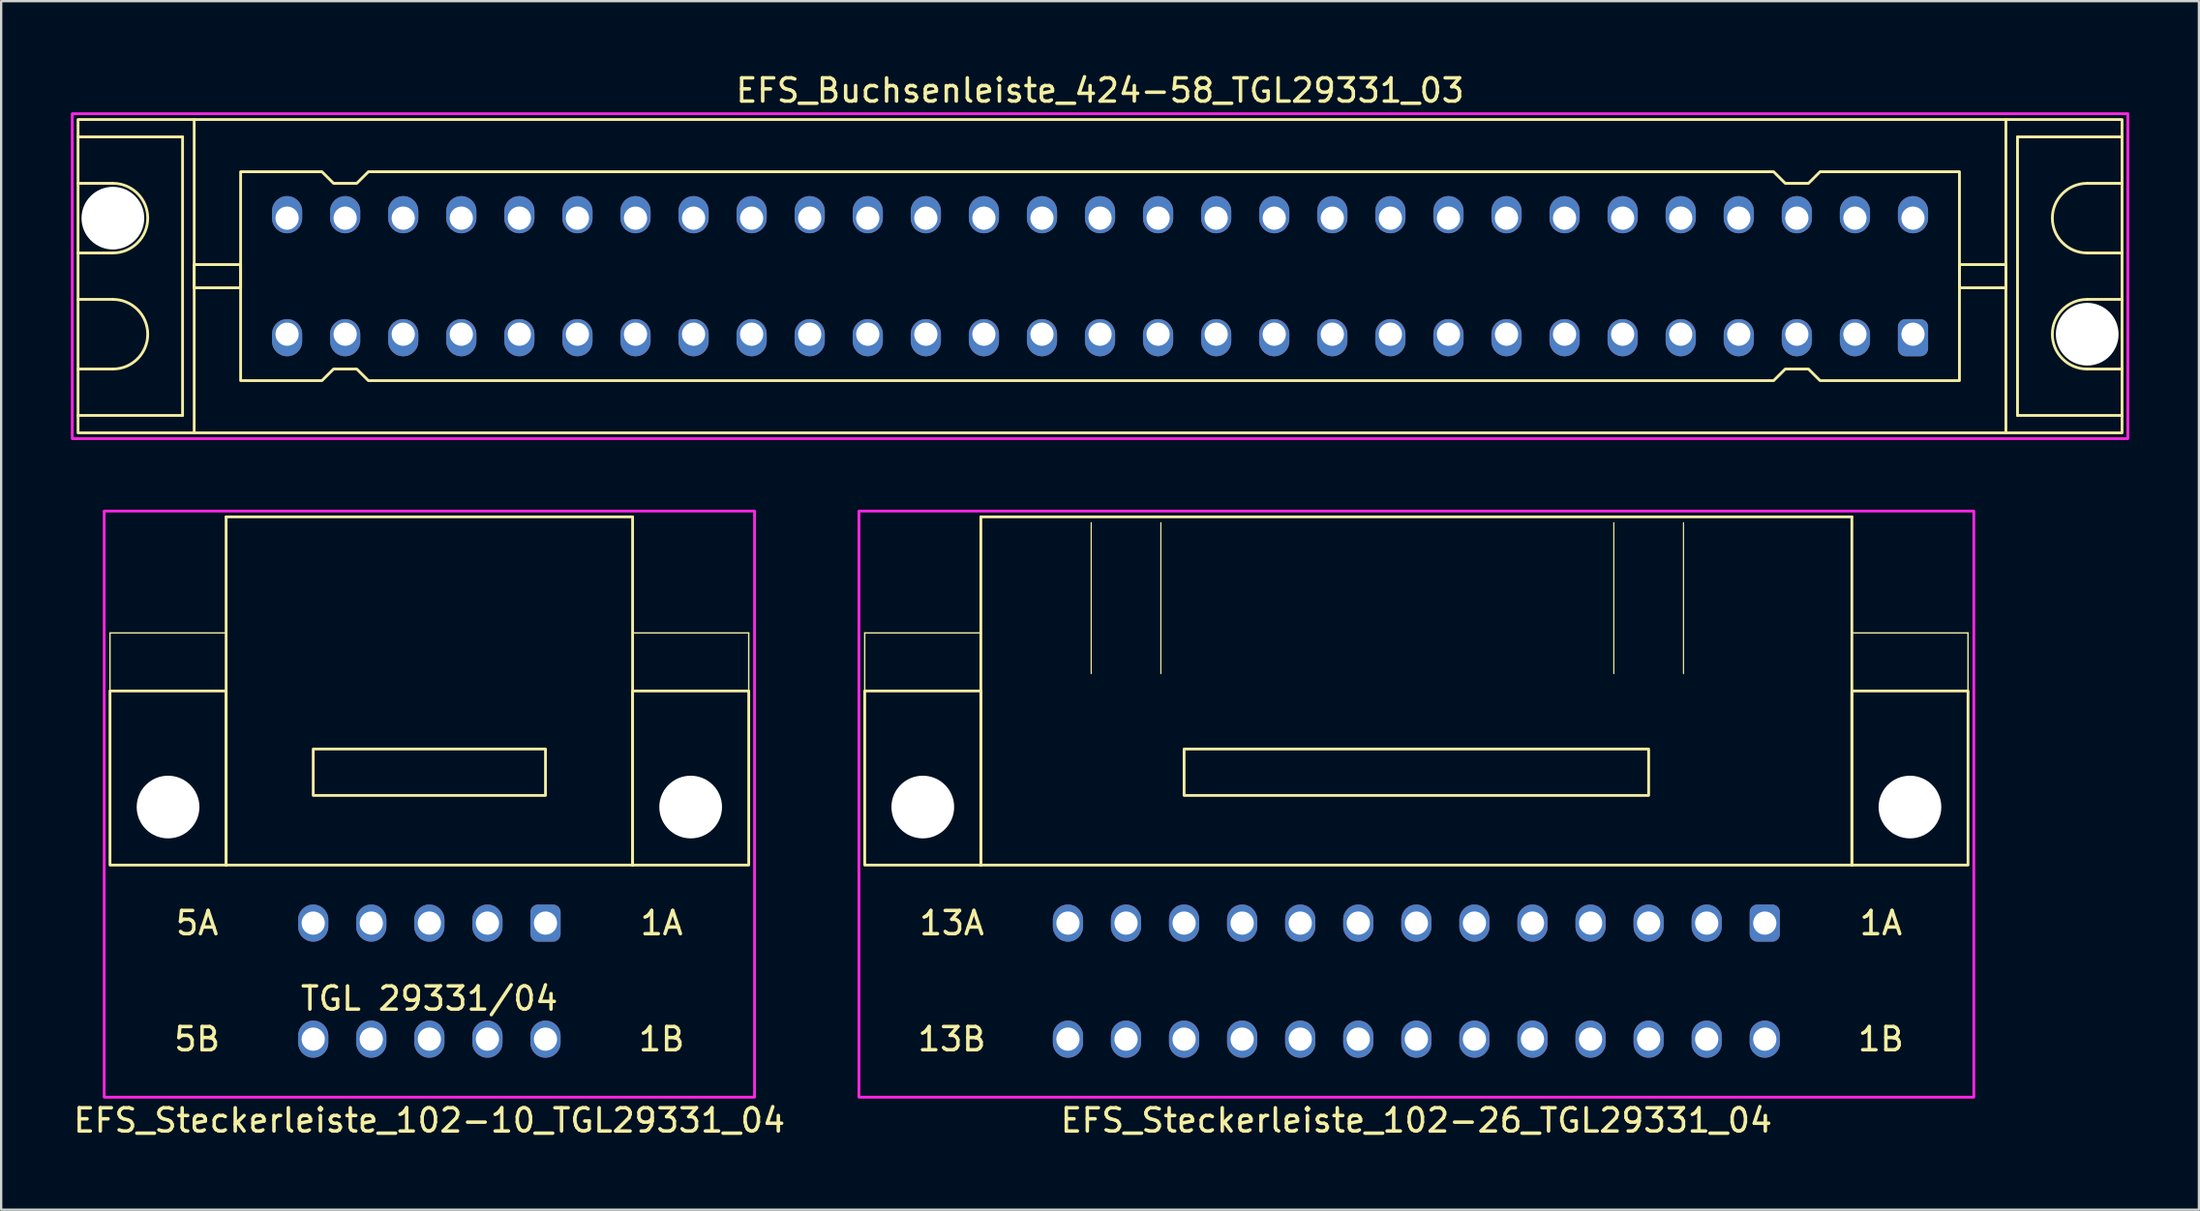
<source format=kicad_pcb>
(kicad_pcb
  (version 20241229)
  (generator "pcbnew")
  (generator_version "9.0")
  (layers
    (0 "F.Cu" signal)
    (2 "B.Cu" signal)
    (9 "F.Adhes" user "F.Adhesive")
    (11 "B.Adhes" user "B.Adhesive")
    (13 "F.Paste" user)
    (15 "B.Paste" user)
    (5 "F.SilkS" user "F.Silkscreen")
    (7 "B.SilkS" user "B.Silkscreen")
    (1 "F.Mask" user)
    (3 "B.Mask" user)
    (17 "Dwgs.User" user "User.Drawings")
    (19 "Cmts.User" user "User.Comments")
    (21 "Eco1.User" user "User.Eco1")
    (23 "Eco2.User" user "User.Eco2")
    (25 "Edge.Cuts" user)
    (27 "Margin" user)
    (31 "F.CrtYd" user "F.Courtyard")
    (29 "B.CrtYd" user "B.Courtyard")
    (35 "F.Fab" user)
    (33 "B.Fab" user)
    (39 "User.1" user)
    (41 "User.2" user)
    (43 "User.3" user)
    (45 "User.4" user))
  (footprint "EFS_Steckerleiste_102-26_TGL29331_04"
    (layer "F.Cu")
    (at 57.929 24.218)
    (property "Reference" "EFS_Steckerleiste_102-26_TGL29331_04" (at 0 21 180) (layer "F.SilkS") (effects (font (size 1 1) (thickness 0.15))))
    (attr through_hole)
    (fp_line (start -23.75 0) (end -23.75 2.5) (stroke (width 0.06) (type solid)) (layer "F.SilkS"))
    (fp_line (start -18.75 -5) (end -18.75 10) (stroke (width 0.12) (type solid)) (layer "F.SilkS"))
    (fp_line (start -18.75 -5) (end 18.75 -5) (stroke (width 0.12) (type solid)) (layer "F.SilkS"))
    (fp_line (start -18.75 0) (end -23.75 0) (stroke (width 0.06) (type solid)) (layer "F.SilkS"))
    (fp_line (start -18.75 10) (end 18.75 10) (stroke (width 0.12) (type solid)) (layer "F.SilkS"))
    (fp_line (start -14 -4.75) (end -14 1.75) (stroke (width 0.05) (type solid)) (layer "F.SilkS"))
    (fp_line (start -11 -4.75) (end -11 1.75) (stroke (width 0.05) (type solid)) (layer "F.SilkS"))
    (fp_line (start 8.5 -4.75) (end 8.5 1.75) (stroke (width 0.05) (type solid)) (layer "F.SilkS"))
    (fp_line (start 11.5 -4.75) (end 11.5 1.75) (stroke (width 0.05) (type solid)) (layer "F.SilkS"))
    (fp_line (start 18.75 10) (end 18.75 -5) (stroke (width 0.12) (type solid)) (layer "F.SilkS"))
    (fp_line (start 23.75 0) (end 18.75 0) (stroke (width 0.06) (type solid)) (layer "F.SilkS"))
    (fp_line (start 23.75 0) (end 23.75 2.5) (stroke (width 0.06) (type solid)) (layer "F.SilkS"))
    (fp_rect (start -18.75 10) (end -23.75 2.5) (stroke (width 0.12) (type solid)) (fill no) (layer "F.SilkS"))
    (fp_rect (start -10 7) (end 10 5) (stroke (width 0.12) (type solid)) (fill no) (layer "F.SilkS"))
    (fp_rect (start 23.75 10) (end 18.75 2.5) (stroke (width 0.12) (type solid)) (fill no) (layer "F.SilkS"))
    (fp_rect (start -24 -5.25) (end 24 20) (stroke (width 0.12) (type solid)) (fill no) (layer "F.CrtYd"))
    (fp_text user "13A" (at -20 12.5 0) (layer "F.SilkS") (effects (font (size 1 1) (thickness 0.15))))
    (fp_text user "1B" (at 20 17.5 0) (layer "F.SilkS") (effects (font (size 1 1) (thickness 0.15))))
    (fp_text user "13B" (at -20 17.5 0) (layer "F.SilkS") (effects (font (size 1 1) (thickness 0.15))))
    (fp_text user "1A" (at 20 12.5 0) (layer "F.SilkS") (effects (font (size 1 1) (thickness 0.15))))
    (pad "" np_thru_hole circle (at -21.25 7.5) (size 2.7 2.7) (drill 2.7) (layers "*.Cu" "*.Mask"))
    (pad "" np_thru_hole circle (at 21.25 7.5) (size 2.7 2.7) (drill 2.7) (layers "*.Cu" "*.Mask"))
    (pad "1a" thru_hole roundrect (at 15 12.5) (size 1.3 1.6) (drill 1) (layers "*.Cu" "*.Mask") (roundrect_rratio 0.25))
    (pad "1b" thru_hole oval (at 15 17.5) (size 1.3 1.6) (drill 1) (layers "*.Cu" "*.Mask"))
    (pad "2a" thru_hole oval (at 12.5 12.5) (size 1.3 1.6) (drill 1) (layers "*.Cu" "*.Mask"))
    (pad "2b" thru_hole oval (at 12.5 17.5) (size 1.3 1.6) (drill 1) (layers "*.Cu" "*.Mask"))
    (pad "3a" thru_hole oval (at 10 12.5) (size 1.3 1.6) (drill 1) (layers "*.Cu" "*.Mask"))
    (pad "3b" thru_hole oval (at 10 17.5) (size 1.3 1.6) (drill 1) (layers "*.Cu" "*.Mask"))
    (pad "4a" thru_hole oval (at 7.5 12.5) (size 1.3 1.6) (drill 1) (layers "*.Cu" "*.Mask"))
    (pad "4b" thru_hole oval (at 7.5 17.5) (size 1.3 1.6) (drill 1) (layers "*.Cu" "*.Mask"))
    (pad "5a" thru_hole oval (at 5 12.5) (size 1.3 1.6) (drill 1) (layers "*.Cu" "*.Mask"))
    (pad "5b" thru_hole oval (at 5 17.5) (size 1.3 1.6) (drill 1) (layers "*.Cu" "*.Mask"))
    (pad "6a" thru_hole oval (at 2.5 12.5) (size 1.3 1.6) (drill 1) (layers "*.Cu" "*.Mask"))
    (pad "6b" thru_hole oval (at 2.5 17.5) (size 1.3 1.6) (drill 1) (layers "*.Cu" "*.Mask"))
    (pad "7a" thru_hole oval (at 0 12.5) (size 1.3 1.6) (drill 1) (layers "*.Cu" "*.Mask"))
    (pad "7b" thru_hole oval (at 0 17.5) (size 1.3 1.6) (drill 1) (layers "*.Cu" "*.Mask"))
    (pad "8a" thru_hole oval (at -2.5 12.5) (size 1.3 1.6) (drill 1) (layers "*.Cu" "*.Mask"))
    (pad "8b" thru_hole oval (at -2.5 17.5) (size 1.3 1.6) (drill 1) (layers "*.Cu" "*.Mask"))
    (pad "9a" thru_hole oval (at -5 12.5) (size 1.3 1.6) (drill 1) (layers "*.Cu" "*.Mask"))
    (pad "9b" thru_hole oval (at -5 17.5) (size 1.3 1.6) (drill 1) (layers "*.Cu" "*.Mask"))
    (pad "10a" thru_hole oval (at -7.5 12.5) (size 1.3 1.6) (drill 1) (layers "*.Cu" "*.Mask"))
    (pad "10b" thru_hole oval (at -7.5 17.5) (size 1.3 1.6) (drill 1) (layers "*.Cu" "*.Mask"))
    (pad "11a" thru_hole oval (at -10 12.5) (size 1.3 1.6) (drill 1) (layers "*.Cu" "*.Mask"))
    (pad "11b" thru_hole oval (at -10 17.5) (size 1.3 1.6) (drill 1) (layers "*.Cu" "*.Mask"))
    (pad "12a" thru_hole oval (at -12.5 12.5) (size 1.3 1.6) (drill 1) (layers "*.Cu" "*.Mask"))
    (pad "12b" thru_hole oval (at -12.5 17.5) (size 1.3 1.6) (drill 1) (layers "*.Cu" "*.Mask"))
    (pad "13a" thru_hole oval (at -15 12.5) (size 1.3 1.6) (drill 1) (layers "*.Cu" "*.Mask"))
    (pad "13b" thru_hole oval (at -15 17.5) (size 1.3 1.6) (drill 1) (layers "*.Cu" "*.Mask")))
  (footprint "EFS_Steckerleiste_102-10_TGL29331_04"
    (layer "F.Cu")
    (at 15.435 24.218)
    (property "Reference" "EFS_Steckerleiste_102-10_TGL29331_04" (at 0 21 180) (layer "F.SilkS") (effects (font (size 1 1) (thickness 0.15))))
    (attr through_hole)
    (fp_line (start -13.75 0) (end -13.75 2.5) (stroke (width 0.06) (type solid)) (layer "F.SilkS"))
    (fp_line (start -8.75 -5) (end -8.75 10) (stroke (width 0.12) (type solid)) (layer "F.SilkS"))
    (fp_line (start -8.75 -5) (end 8.75 -5) (stroke (width 0.12) (type solid)) (layer "F.SilkS"))
    (fp_line (start -8.75 0) (end -13.75 0) (stroke (width 0.06) (type solid)) (layer "F.SilkS"))
    (fp_line (start -8.75 10) (end 8.75 10) (stroke (width 0.12) (type solid)) (layer "F.SilkS"))
    (fp_line (start 8.75 10) (end 8.75 -5) (stroke (width 0.12) (type solid)) (layer "F.SilkS"))
    (fp_line (start 13.75 0) (end 8.75 0) (stroke (width 0.06) (type solid)) (layer "F.SilkS"))
    (fp_line (start 13.75 0) (end 13.75 2.5) (stroke (width 0.06) (type solid)) (layer "F.SilkS"))
    (fp_rect (start -8.75 10) (end -13.75 2.5) (stroke (width 0.12) (type solid)) (fill no) (layer "F.SilkS"))
    (fp_rect (start -5 7) (end 5 5) (stroke (width 0.12) (type solid)) (fill no) (layer "F.SilkS"))
    (fp_rect (start 13.75 10) (end 8.75 2.5) (stroke (width 0.12) (type solid)) (fill no) (layer "F.SilkS"))
    (fp_rect (start -14 -5.25) (end 14 20) (stroke (width 0.12) (type solid)) (fill no) (layer "F.CrtYd"))
    (fp_text user "1A" (at 10 12.5 0) (layer "F.SilkS") (effects (font (size 1 1) (thickness 0.15))))
    (fp_text user "5A" (at -10 12.5 0) (layer "F.SilkS") (effects (font (size 1 1) (thickness 0.15))))
    (fp_text user "TGL 29331/04" (at 0 15.75 0) (unlocked yes) (layer "F.SilkS") (effects (font (size 1 1) (thickness 0.15))))
    (fp_text user "1B" (at 10 17.5 0) (layer "F.SilkS") (effects (font (size 1 1) (thickness 0.15))))
    (fp_text user "5B" (at -10 17.5 0) (layer "F.SilkS") (effects (font (size 1 1) (thickness 0.15))))
    (pad "" np_thru_hole circle (at -11.25 7.5) (size 2.7 2.7) (drill 2.7) (layers "*.Cu" "*.Mask"))
    (pad "" np_thru_hole circle (at 11.25 7.5) (size 2.7 2.7) (drill 2.7) (layers "*.Cu" "*.Mask"))
    (pad "1a" thru_hole roundrect (at 5 12.5) (size 1.3 1.6) (drill 1) (layers "*.Cu" "*.Mask") (roundrect_rratio 0.25))
    (pad "1b" thru_hole oval (at 5 17.5) (size 1.3 1.6) (drill 1) (layers "*.Cu" "*.Mask"))
    (pad "2a" thru_hole oval (at 2.5 12.5) (size 1.3 1.6) (drill 1) (layers "*.Cu" "*.Mask"))
    (pad "2b" thru_hole oval (at 2.5 17.5) (size 1.3 1.6) (drill 1) (layers "*.Cu" "*.Mask"))
    (pad "3a" thru_hole oval (at 0 12.5) (size 1.3 1.6) (drill 1) (layers "*.Cu" "*.Mask"))
    (pad "3b" thru_hole oval (at 0 17.5) (size 1.3 1.6) (drill 1) (layers "*.Cu" "*.Mask"))
    (pad "4a" thru_hole oval (at -2.5 12.5) (size 1.3 1.6) (drill 1) (layers "*.Cu" "*.Mask"))
    (pad "4b" thru_hole oval (at -2.5 17.5) (size 1.3 1.6) (drill 1) (layers "*.Cu" "*.Mask"))
    (pad "5a" thru_hole oval (at -5 12.5) (size 1.3 1.6) (drill 1) (layers "*.Cu" "*.Mask"))
    (pad "5b" thru_hole oval (at -5 17.5) (size 1.3 1.6) (drill 1) (layers "*.Cu" "*.Mask")))
  (footprint "EFS_Buchsenleiste_424-58_TGL29331_03"
    (layer "F.Cu")
    (at 44.31 8.848)
    (property "Reference" "EFS_Buchsenleiste_424-58_TGL29331_03" (at 0 -8 180) (layer "F.SilkS") (effects (font (size 1 1) (thickness 0.15))))
    (attr through_hole)
    (fp_line (start -44 -6) (end -39.5 -6) (stroke (width 0.12) (type solid)) (layer "F.SilkS"))
    (fp_line (start -42.5 -4) (end -44 -4) (stroke (width 0.12) (type solid)) (layer "F.SilkS"))
    (fp_line (start -42.5 -1) (end -44 -1) (stroke (width 0.12) (type solid)) (layer "F.SilkS"))
    (fp_line (start -42.5 1) (end -44 1) (stroke (width 0.12) (type solid)) (layer "F.SilkS"))
    (fp_line (start -42.5 4) (end -44 4) (stroke (width 0.12) (type solid)) (layer "F.SilkS"))
    (fp_line (start -39.5 -6) (end -39.5 6) (stroke (width 0.12) (type solid)) (layer "F.SilkS"))
    (fp_line (start -39.5 6) (end -44 6) (stroke (width 0.12) (type solid)) (layer "F.SilkS"))
    (fp_line (start -39 6.75) (end -39 -6.75) (stroke (width 0.12) (type solid)) (layer "F.SilkS"))
    (fp_line (start 39 6.75) (end 39 -6.75) (stroke (width 0.12) (type solid)) (layer "F.SilkS"))
    (fp_line (start 39.5 -6) (end 39.5 6) (stroke (width 0.12) (type solid)) (layer "F.SilkS"))
    (fp_line (start 39.5 6) (end 44 6) (stroke (width 0.12) (type solid)) (layer "F.SilkS"))
    (fp_line (start 42.5 -4) (end 44 -4) (stroke (width 0.12) (type solid)) (layer "F.SilkS"))
    (fp_line (start 42.5 -1) (end 44 -1) (stroke (width 0.12) (type solid)) (layer "F.SilkS"))
    (fp_line (start 42.5 1) (end 44 1) (stroke (width 0.12) (type solid)) (layer "F.SilkS"))
    (fp_line (start 42.5 4) (end 44 4) (stroke (width 0.12) (type solid)) (layer "F.SilkS"))
    (fp_line (start 44 -6) (end 39.5 -6) (stroke (width 0.12) (type solid)) (layer "F.SilkS"))
    (fp_rect (start -44 -6.75) (end 44 6.75) (stroke (width 0.12) (type solid)) (fill no) (layer "F.SilkS"))
    (fp_rect (start -39 -0.5) (end -37 0.5) (stroke (width 0.12) (type solid)) (fill no) (layer "F.SilkS"))
    (fp_rect (start 39 -0.5) (end 37 0.5) (stroke (width 0.12) (type solid)) (fill no) (layer "F.SilkS"))
    (fp_arc (start -42.5 -4) (mid -41 -2.5) (end -42.5 -1) (stroke (width 0.12) (type solid)) (layer "F.SilkS"))
    (fp_arc (start -42.5 1) (mid -41 2.5) (end -42.5 4) (stroke (width 0.12) (type solid)) (layer "F.SilkS"))
    (fp_arc (start 42.5 -1) (mid 41 -2.5) (end 42.5 -4) (stroke (width 0.12) (type solid)) (layer "F.SilkS"))
    (fp_arc (start 42.5 4) (mid 41 2.5) (end 42.5 1) (stroke (width 0.12) (type solid)) (layer "F.SilkS"))
    (fp_poly (pts (xy -33 -4) (xy -32 -4) (xy -31.5 -4.5) (xy 29 -4.5) (xy 29.5 -4) (xy 30.5 -4) (xy 31 -4.5) (xy 37 -4.5) (xy 37 4.5) (xy 31 4.5) (xy 30.5 4) (xy 29.5 4) (xy 29 4.5) (xy -31.5 4.5) (xy -32 4) (xy -33 4) (xy -33.5 4.5) (xy -37 4.5) (xy -37 -4.5) (xy -33.5 -4.5)) (stroke (width 0.12) (type solid)) (fill no) (layer "F.SilkS"))
    (fp_rect (start -44.25 -7) (end 44.25 7) (stroke (width 0.12) (type solid)) (fill no) (layer "F.CrtYd"))
    (pad "" np_thru_hole circle (at -42.5 -2.5) (size 2.7 2.7) (drill 2.7) (layers "*.Cu" "*.Mask"))
    (pad "" np_thru_hole circle (at 42.5 2.5) (size 2.7 2.7) (drill 2.7) (layers "*.Cu" "*.Mask"))
    (pad "1a" thru_hole roundrect (at 35 2.5 180) (size 1.3 1.6) (drill 1 (offset 0 -0.15)) (layers "*.Cu" "*.Mask") (roundrect_rratio 0.25))
    (pad "1c" thru_hole oval (at 35 -2.5 180) (size 1.3 1.6) (drill 1 (offset 0 0.15)) (layers "*.Cu" "*.Mask"))
    (pad "2a" thru_hole oval (at 32.5 2.5 180) (size 1.3 1.6) (drill 1 (offset 0 -0.15)) (layers "*.Cu" "*.Mask"))
    (pad "2c" thru_hole oval (at 32.5 -2.5 180) (size 1.3 1.6) (drill 1 (offset 0 0.15)) (layers "*.Cu" "*.Mask"))
    (pad "3a" thru_hole oval (at 30 2.5 180) (size 1.3 1.6) (drill 1 (offset 0 -0.15)) (layers "*.Cu" "*.Mask"))
    (pad "3c" thru_hole oval (at 30 -2.5 180) (size 1.3 1.6) (drill 1 (offset 0 0.15)) (layers "*.Cu" "*.Mask"))
    (pad "4a" thru_hole oval (at 27.5 2.5 180) (size 1.3 1.6) (drill 1 (offset 0 -0.15)) (layers "*.Cu" "*.Mask"))
    (pad "4c" thru_hole oval (at 27.5 -2.5 180) (size 1.3 1.6) (drill 1 (offset 0 0.15)) (layers "*.Cu" "*.Mask"))
    (pad "5a" thru_hole oval (at 25 2.5 180) (size 1.3 1.6) (drill 1 (offset 0 -0.15)) (layers "*.Cu" "*.Mask"))
    (pad "5c" thru_hole oval (at 25 -2.5 180) (size 1.3 1.6) (drill 1 (offset 0 0.15)) (layers "*.Cu" "*.Mask"))
    (pad "6a" thru_hole oval (at 22.5 2.5 180) (size 1.3 1.6) (drill 1 (offset 0 -0.15)) (layers "*.Cu" "*.Mask"))
    (pad "6c" thru_hole oval (at 22.5 -2.5 180) (size 1.3 1.6) (drill 1 (offset 0 0.15)) (layers "*.Cu" "*.Mask"))
    (pad "7a" thru_hole oval (at 20 2.5 180) (size 1.3 1.6) (drill 1 (offset 0 -0.15)) (layers "*.Cu" "*.Mask"))
    (pad "7c" thru_hole oval (at 20 -2.5 180) (size 1.3 1.6) (drill 1 (offset 0 0.15)) (layers "*.Cu" "*.Mask"))
    (pad "8a" thru_hole oval (at 17.5 2.5 180) (size 1.3 1.6) (drill 1 (offset 0 -0.15)) (layers "*.Cu" "*.Mask"))
    (pad "8c" thru_hole oval (at 17.5 -2.5 180) (size 1.3 1.6) (drill 1 (offset 0 0.15)) (layers "*.Cu" "*.Mask"))
    (pad "9a" thru_hole oval (at 15 2.5 180) (size 1.3 1.6) (drill 1 (offset 0 -0.15)) (layers "*.Cu" "*.Mask"))
    (pad "9c" thru_hole oval (at 15 -2.5 180) (size 1.3 1.6) (drill 1 (offset 0 0.15)) (layers "*.Cu" "*.Mask"))
    (pad "10a" thru_hole oval (at 12.5 2.5 180) (size 1.3 1.6) (drill 1 (offset 0 -0.15)) (layers "*.Cu" "*.Mask"))
    (pad "10c" thru_hole oval (at 12.5 -2.5 180) (size 1.3 1.6) (drill 1 (offset 0 0.15)) (layers "*.Cu" "*.Mask"))
    (pad "11a" thru_hole oval (at 10 2.5 180) (size 1.3 1.6) (drill 1 (offset 0 -0.15)) (layers "*.Cu" "*.Mask"))
    (pad "11c" thru_hole oval (at 10 -2.5 180) (size 1.3 1.6) (drill 1 (offset 0 0.15)) (layers "*.Cu" "*.Mask"))
    (pad "12a" thru_hole oval (at 7.5 2.5 180) (size 1.3 1.6) (drill 1 (offset 0 -0.15)) (layers "*.Cu" "*.Mask"))
    (pad "12c" thru_hole oval (at 7.5 -2.5 180) (size 1.3 1.6) (drill 1 (offset 0 0.15)) (layers "*.Cu" "*.Mask"))
    (pad "13a" thru_hole oval (at 5 2.5 180) (size 1.3 1.6) (drill 1 (offset 0 -0.15)) (layers "*.Cu" "*.Mask"))
    (pad "13c" thru_hole oval (at 5 -2.5 180) (size 1.3 1.6) (drill 1 (offset 0 0.15)) (layers "*.Cu" "*.Mask"))
    (pad "14a" thru_hole oval (at 2.5 2.5 180) (size 1.3 1.6) (drill 1 (offset 0 -0.15)) (layers "*.Cu" "*.Mask"))
    (pad "14c" thru_hole oval (at 2.5 -2.5 180) (size 1.3 1.6) (drill 1 (offset 0 0.15)) (layers "*.Cu" "*.Mask"))
    (pad "15a" thru_hole oval (at 0 2.5 180) (size 1.3 1.6) (drill 1 (offset 0 -0.15)) (layers "*.Cu" "*.Mask"))
    (pad "15c" thru_hole oval (at 0 -2.5 180) (size 1.3 1.6) (drill 1 (offset 0 0.15)) (layers "*.Cu" "*.Mask"))
    (pad "16a" thru_hole oval (at -2.5 2.5 180) (size 1.3 1.6) (drill 1 (offset 0 -0.15)) (layers "*.Cu" "*.Mask"))
    (pad "16c" thru_hole oval (at -2.5 -2.5 180) (size 1.3 1.6) (drill 1 (offset 0 0.15)) (layers "*.Cu" "*.Mask"))
    (pad "17a" thru_hole oval (at -5 2.5 180) (size 1.3 1.6) (drill 1 (offset 0 -0.15)) (layers "*.Cu" "*.Mask"))
    (pad "17c" thru_hole oval (at -5 -2.5 180) (size 1.3 1.6) (drill 1 (offset 0 0.15)) (layers "*.Cu" "*.Mask"))
    (pad "18a" thru_hole oval (at -7.5 2.5 180) (size 1.3 1.6) (drill 1 (offset 0 -0.15)) (layers "*.Cu" "*.Mask"))
    (pad "18c" thru_hole oval (at -7.5 -2.5 180) (size 1.3 1.6) (drill 1 (offset 0 0.15)) (layers "*.Cu" "*.Mask"))
    (pad "19a" thru_hole oval (at -10 2.5 180) (size 1.3 1.6) (drill 1 (offset 0 -0.15)) (layers "*.Cu" "*.Mask"))
    (pad "19c" thru_hole oval (at -10 -2.5 180) (size 1.3 1.6) (drill 1 (offset 0 0.15)) (layers "*.Cu" "*.Mask"))
    (pad "20a" thru_hole oval (at -12.5 2.5 180) (size 1.3 1.6) (drill 1 (offset 0 -0.15)) (layers "*.Cu" "*.Mask"))
    (pad "20c" thru_hole oval (at -12.5 -2.5 180) (size 1.3 1.6) (drill 1 (offset 0 0.15)) (layers "*.Cu" "*.Mask"))
    (pad "21a" thru_hole oval (at -15 2.5 180) (size 1.3 1.6) (drill 1 (offset 0 -0.15)) (layers "*.Cu" "*.Mask"))
    (pad "21c" thru_hole oval (at -15 -2.5 180) (size 1.3 1.6) (drill 1 (offset 0 0.15)) (layers "*.Cu" "*.Mask"))
    (pad "22a" thru_hole oval (at -17.5 2.5 180) (size 1.3 1.6) (drill 1 (offset 0 -0.15)) (layers "*.Cu" "*.Mask"))
    (pad "22c" thru_hole oval (at -17.5 -2.5 180) (size 1.3 1.6) (drill 1 (offset 0 0.15)) (layers "*.Cu" "*.Mask"))
    (pad "23a" thru_hole oval (at -20 2.5 180) (size 1.3 1.6) (drill 1 (offset 0 -0.15)) (layers "*.Cu" "*.Mask"))
    (pad "23c" thru_hole oval (at -20 -2.5 180) (size 1.3 1.6) (drill 1 (offset 0 0.15)) (layers "*.Cu" "*.Mask"))
    (pad "24a" thru_hole oval (at -22.5 2.5 180) (size 1.3 1.6) (drill 1 (offset 0 -0.15)) (layers "*.Cu" "*.Mask"))
    (pad "24c" thru_hole oval (at -22.5 -2.5 180) (size 1.3 1.6) (drill 1 (offset 0 0.15)) (layers "*.Cu" "*.Mask"))
    (pad "25a" thru_hole oval (at -25 2.5 180) (size 1.3 1.6) (drill 1 (offset 0 -0.15)) (layers "*.Cu" "*.Mask"))
    (pad "25c" thru_hole oval (at -25 -2.5 180) (size 1.3 1.6) (drill 1 (offset 0 0.15)) (layers "*.Cu" "*.Mask"))
    (pad "26a" thru_hole oval (at -27.5 2.5 180) (size 1.3 1.6) (drill 1 (offset 0 -0.15)) (layers "*.Cu" "*.Mask"))
    (pad "26c" thru_hole oval (at -27.5 -2.5 180) (size 1.3 1.6) (drill 1 (offset 0 0.15)) (layers "*.Cu" "*.Mask"))
    (pad "27a" thru_hole oval (at -30 2.5 180) (size 1.3 1.6) (drill 1 (offset 0 -0.15)) (layers "*.Cu" "*.Mask"))
    (pad "27c" thru_hole oval (at -30 -2.5 180) (size 1.3 1.6) (drill 1 (offset 0 0.15)) (layers "*.Cu" "*.Mask"))
    (pad "28a" thru_hole oval (at -32.5 2.5 180) (size 1.3 1.6) (drill 1 (offset 0 -0.15)) (layers "*.Cu" "*.Mask"))
    (pad "28c" thru_hole oval (at -32.5 -2.5 180) (size 1.3 1.6) (drill 1 (offset 0 0.15)) (layers "*.Cu" "*.Mask"))
    (pad "29a" thru_hole oval (at -35 2.5 180) (size 1.3 1.6) (drill 1 (offset 0 -0.15)) (layers "*.Cu" "*.Mask"))
    (pad "29c" thru_hole oval (at -35 -2.5 180) (size 1.3 1.6) (drill 1 (offset 0 0.15)) (layers "*.Cu" "*.Mask")))
  (gr_rect
    (start -3 -3)
    (end 91.62 49.066)
    (stroke (width 0.1) (type default))
    (fill no)
    (layer "Edge.Cuts")))
</source>
